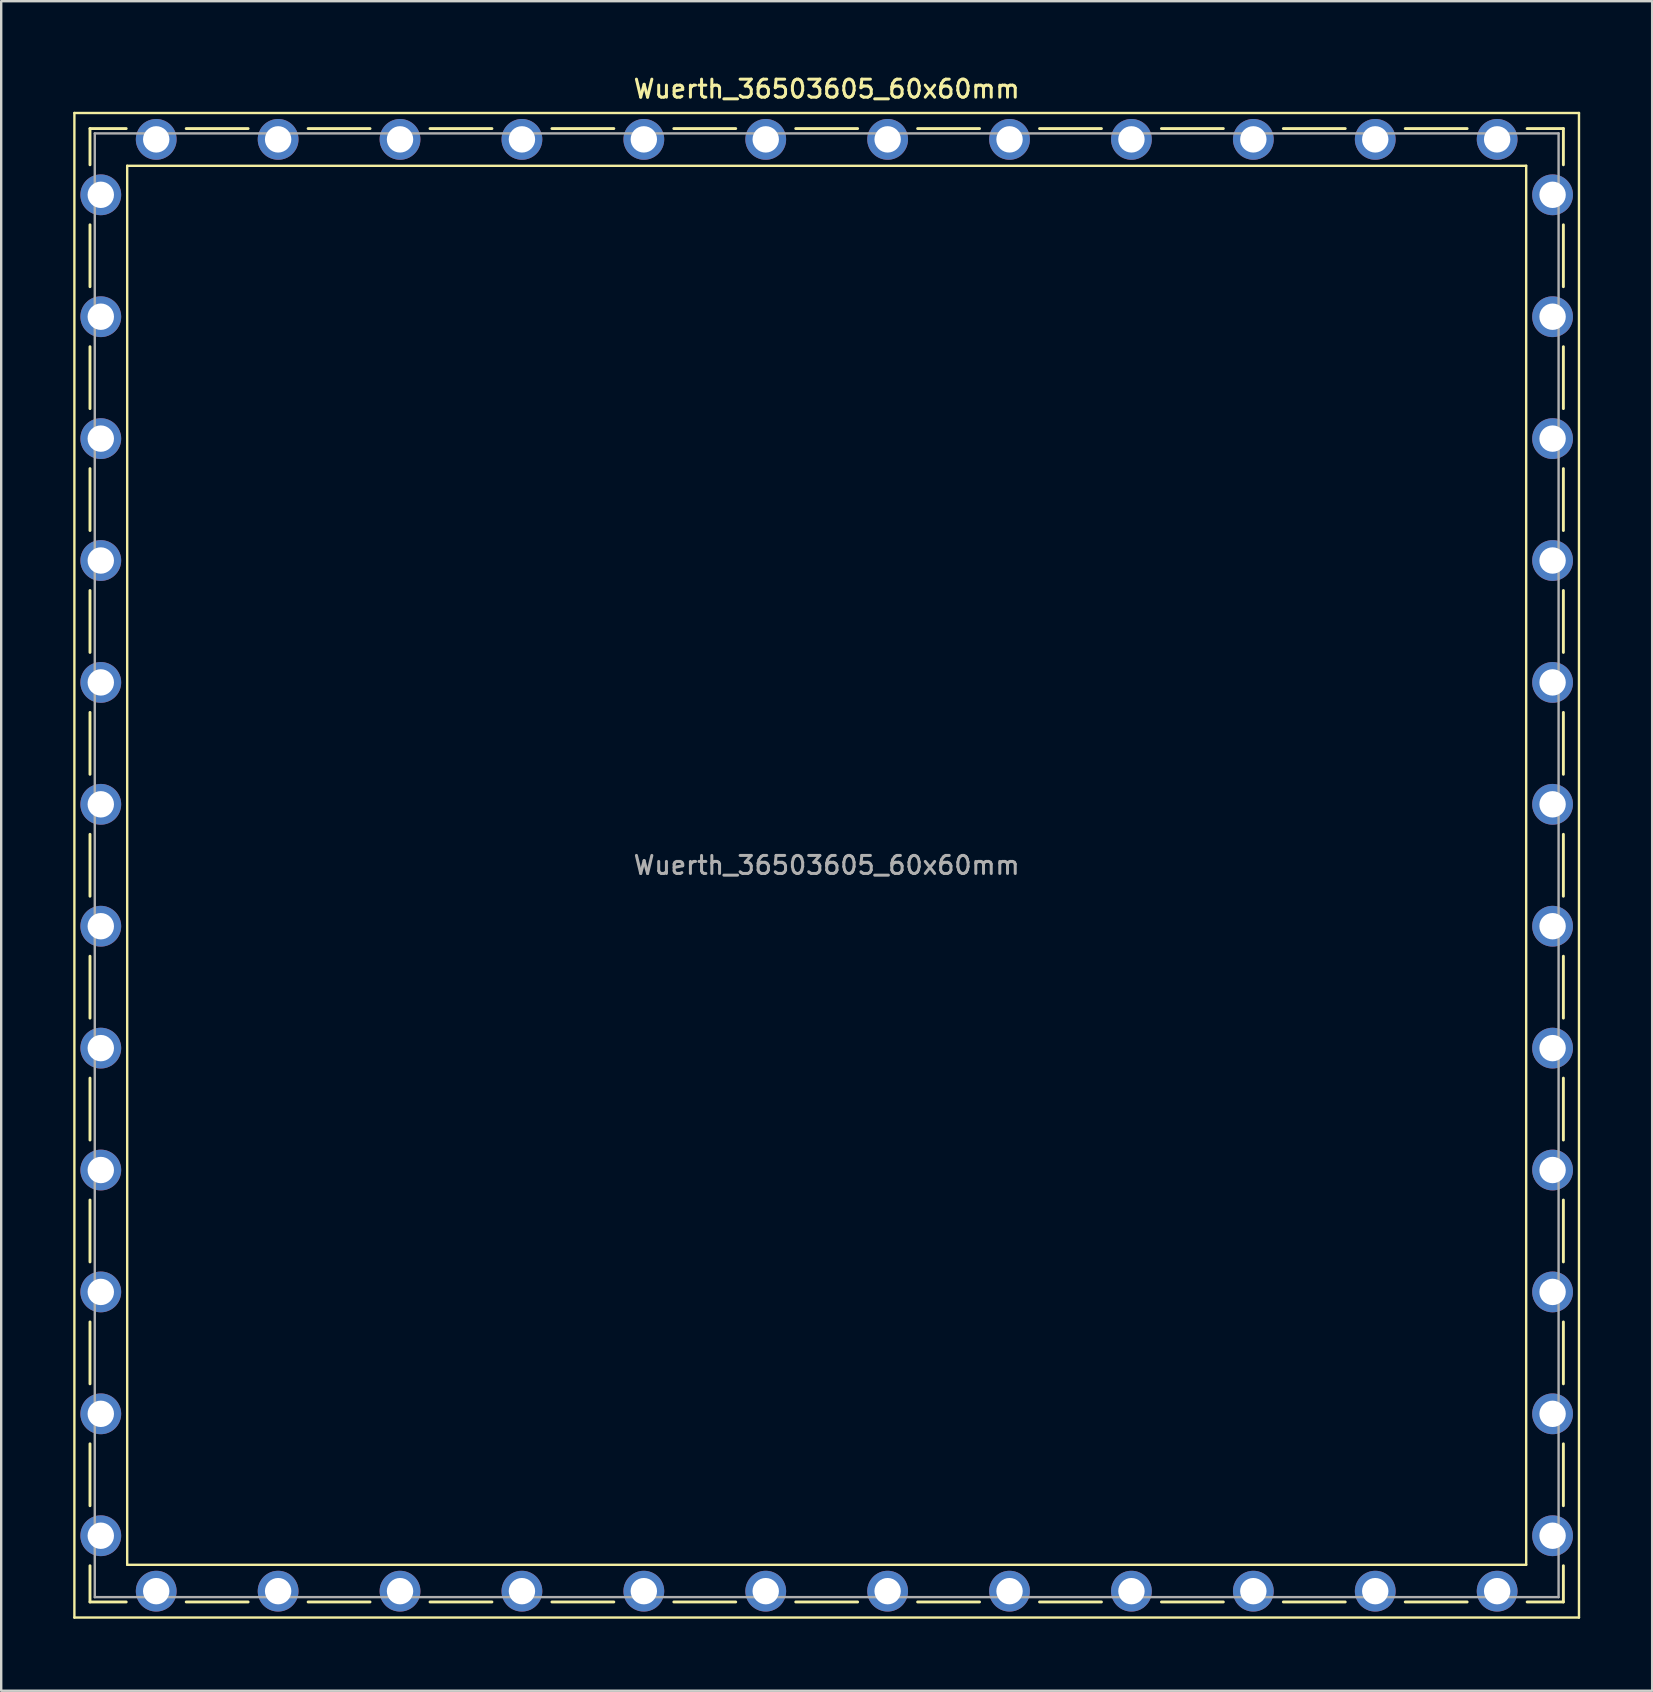
<source format=kicad_pcb>
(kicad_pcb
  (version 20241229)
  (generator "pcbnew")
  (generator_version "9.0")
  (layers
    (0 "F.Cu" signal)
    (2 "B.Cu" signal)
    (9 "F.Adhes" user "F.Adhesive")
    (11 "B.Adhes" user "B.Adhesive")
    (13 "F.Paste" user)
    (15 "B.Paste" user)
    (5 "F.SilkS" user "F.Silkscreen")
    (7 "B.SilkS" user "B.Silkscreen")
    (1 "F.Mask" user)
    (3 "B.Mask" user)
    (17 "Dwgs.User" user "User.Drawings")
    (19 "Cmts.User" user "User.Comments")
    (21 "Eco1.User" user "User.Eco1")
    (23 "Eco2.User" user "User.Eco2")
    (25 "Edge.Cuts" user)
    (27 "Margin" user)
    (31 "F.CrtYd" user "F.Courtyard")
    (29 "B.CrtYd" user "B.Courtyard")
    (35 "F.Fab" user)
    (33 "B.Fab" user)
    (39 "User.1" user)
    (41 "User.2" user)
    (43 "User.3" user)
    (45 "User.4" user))
  (footprint "Wuerth_36503605_60x60mm"
    (layer "F.Cu")
    (at 31.4 33.008)
    (property "Reference" "Wuerth_36503605_60x60mm" (at 0 -32.35 0) (layer "F.SilkS") (effects (font (size 0.75 0.75) (thickness 0.125))))
    (attr through_hole)
    (fp_line (start -31.35 -31.35) (end -31.35 31.35) (stroke (width 0.1) (type solid)) (layer "F.SilkS"))
    (fp_line (start -31.35 31.35) (end 31.35 31.35) (stroke (width 0.1) (type solid)) (layer "F.SilkS"))
    (fp_line (start -30.7 -30.7) (end -29.19 -30.7) (stroke (width 0.12) (type solid)) (layer "F.SilkS"))
    (fp_line (start -30.7 -29.19) (end -30.7 -30.7) (stroke (width 0.12) (type solid)) (layer "F.SilkS"))
    (fp_line (start -30.7 -24.11) (end -30.7 -26.69) (stroke (width 0.12) (type solid)) (layer "F.SilkS"))
    (fp_line (start -30.7 -19.03) (end -30.7 -21.61) (stroke (width 0.12) (type solid)) (layer "F.SilkS"))
    (fp_line (start -30.7 -13.95) (end -30.7 -16.53) (stroke (width 0.12) (type solid)) (layer "F.SilkS"))
    (fp_line (start -30.7 -8.87) (end -30.7 -11.45) (stroke (width 0.12) (type solid)) (layer "F.SilkS"))
    (fp_line (start -30.7 -3.79) (end -30.7 -6.37) (stroke (width 0.12) (type solid)) (layer "F.SilkS"))
    (fp_line (start -30.7 -1.29) (end -30.7 1.29) (stroke (width 0.12) (type solid)) (layer "F.SilkS"))
    (fp_line (start -30.7 3.79) (end -30.7 6.37) (stroke (width 0.12) (type solid)) (layer "F.SilkS"))
    (fp_line (start -30.7 8.87) (end -30.7 11.45) (stroke (width 0.12) (type solid)) (layer "F.SilkS"))
    (fp_line (start -30.7 13.95) (end -30.7 16.53) (stroke (width 0.12) (type solid)) (layer "F.SilkS"))
    (fp_line (start -30.7 19.03) (end -30.7 21.61) (stroke (width 0.12) (type solid)) (layer "F.SilkS"))
    (fp_line (start -30.7 24.11) (end -30.7 26.69) (stroke (width 0.12) (type solid)) (layer "F.SilkS"))
    (fp_line (start -30.7 29.19) (end -30.7 30.7) (stroke (width 0.12) (type solid)) (layer "F.SilkS"))
    (fp_line (start -30.7 30.7) (end -29.19 30.7) (stroke (width 0.12) (type solid)) (layer "F.SilkS"))
    (fp_line (start -29.15 -29.15) (end -29.15 29.15) (stroke (width 0.1) (type solid)) (layer "F.SilkS"))
    (fp_line (start -29.15 29.15) (end 29.15 29.15) (stroke (width 0.1) (type solid)) (layer "F.SilkS"))
    (fp_line (start -24.11 -30.7) (end -26.69 -30.7) (stroke (width 0.12) (type solid)) (layer "F.SilkS"))
    (fp_line (start -24.11 30.7) (end -26.69 30.7) (stroke (width 0.12) (type solid)) (layer "F.SilkS"))
    (fp_line (start -19.03 -30.7) (end -21.61 -30.7) (stroke (width 0.12) (type solid)) (layer "F.SilkS"))
    (fp_line (start -19.03 30.7) (end -21.61 30.7) (stroke (width 0.12) (type solid)) (layer "F.SilkS"))
    (fp_line (start -13.95 -30.7) (end -16.53 -30.7) (stroke (width 0.12) (type solid)) (layer "F.SilkS"))
    (fp_line (start -13.95 30.7) (end -16.53 30.7) (stroke (width 0.12) (type solid)) (layer "F.SilkS"))
    (fp_line (start -8.87 -30.7) (end -11.45 -30.7) (stroke (width 0.12) (type solid)) (layer "F.SilkS"))
    (fp_line (start -8.87 30.7) (end -11.45 30.7) (stroke (width 0.12) (type solid)) (layer "F.SilkS"))
    (fp_line (start -3.79 -30.7) (end -6.37 -30.7) (stroke (width 0.12) (type solid)) (layer "F.SilkS"))
    (fp_line (start -3.79 30.7) (end -6.37 30.7) (stroke (width 0.12) (type solid)) (layer "F.SilkS"))
    (fp_line (start 1.29 -30.7) (end -1.29 -30.7) (stroke (width 0.12) (type solid)) (layer "F.SilkS"))
    (fp_line (start 1.29 30.7) (end -1.29 30.7) (stroke (width 0.12) (type solid)) (layer "F.SilkS"))
    (fp_line (start 3.79 -30.7) (end 6.37 -30.7) (stroke (width 0.12) (type solid)) (layer "F.SilkS"))
    (fp_line (start 3.79 30.7) (end 6.37 30.7) (stroke (width 0.12) (type solid)) (layer "F.SilkS"))
    (fp_line (start 8.87 -30.7) (end 11.45 -30.7) (stroke (width 0.12) (type solid)) (layer "F.SilkS"))
    (fp_line (start 8.87 30.7) (end 11.45 30.7) (stroke (width 0.12) (type solid)) (layer "F.SilkS"))
    (fp_line (start 13.95 -30.7) (end 16.53 -30.7) (stroke (width 0.12) (type solid)) (layer "F.SilkS"))
    (fp_line (start 13.95 30.7) (end 16.53 30.7) (stroke (width 0.12) (type solid)) (layer "F.SilkS"))
    (fp_line (start 19.03 -30.7) (end 21.61 -30.7) (stroke (width 0.12) (type solid)) (layer "F.SilkS"))
    (fp_line (start 19.03 30.7) (end 21.61 30.7) (stroke (width 0.12) (type solid)) (layer "F.SilkS"))
    (fp_line (start 24.11 -30.7) (end 26.69 -30.7) (stroke (width 0.12) (type solid)) (layer "F.SilkS"))
    (fp_line (start 24.11 30.7) (end 26.69 30.7) (stroke (width 0.12) (type solid)) (layer "F.SilkS"))
    (fp_line (start 29.15 -29.15) (end -29.15 -29.15) (stroke (width 0.1) (type solid)) (layer "F.SilkS"))
    (fp_line (start 29.15 29.15) (end 29.15 -29.15) (stroke (width 0.1) (type solid)) (layer "F.SilkS"))
    (fp_line (start 30.7 -30.7) (end 29.19 -30.7) (stroke (width 0.12) (type solid)) (layer "F.SilkS"))
    (fp_line (start 30.7 -29.19) (end 30.7 -30.7) (stroke (width 0.12) (type solid)) (layer "F.SilkS"))
    (fp_line (start 30.7 -24.11) (end 30.7 -26.69) (stroke (width 0.12) (type solid)) (layer "F.SilkS"))
    (fp_line (start 30.7 -19.03) (end 30.7 -21.61) (stroke (width 0.12) (type solid)) (layer "F.SilkS"))
    (fp_line (start 30.7 -13.95) (end 30.7 -16.53) (stroke (width 0.12) (type solid)) (layer "F.SilkS"))
    (fp_line (start 30.7 -8.87) (end 30.7 -11.45) (stroke (width 0.12) (type solid)) (layer "F.SilkS"))
    (fp_line (start 30.7 -3.79) (end 30.7 -6.37) (stroke (width 0.12) (type solid)) (layer "F.SilkS"))
    (fp_line (start 30.7 1.29) (end 30.7 -1.29) (stroke (width 0.12) (type solid)) (layer "F.SilkS"))
    (fp_line (start 30.7 3.79) (end 30.7 6.37) (stroke (width 0.12) (type solid)) (layer "F.SilkS"))
    (fp_line (start 30.7 8.87) (end 30.7 11.45) (stroke (width 0.12) (type solid)) (layer "F.SilkS"))
    (fp_line (start 30.7 13.95) (end 30.7 16.53) (stroke (width 0.12) (type solid)) (layer "F.SilkS"))
    (fp_line (start 30.7 19.03) (end 30.7 21.61) (stroke (width 0.12) (type solid)) (layer "F.SilkS"))
    (fp_line (start 30.7 24.11) (end 30.7 26.69) (stroke (width 0.12) (type solid)) (layer "F.SilkS"))
    (fp_line (start 30.7 29.19) (end 30.7 30.7) (stroke (width 0.12) (type solid)) (layer "F.SilkS"))
    (fp_line (start 30.7 30.7) (end 29.19 30.7) (stroke (width 0.12) (type solid)) (layer "F.SilkS"))
    (fp_line (start 31.35 -31.35) (end -31.35 -31.35) (stroke (width 0.1) (type solid)) (layer "F.SilkS"))
    (fp_line (start 31.35 31.35) (end 31.35 -31.35) (stroke (width 0.1) (type solid)) (layer "F.SilkS"))
    (fp_line (start -30.5 -30.5) (end -30.5 30.5) (stroke (width 0.1) (type solid)) (layer "F.Fab"))
    (fp_line (start -30.5 30.5) (end 30.5 30.5) (stroke (width 0.1) (type solid)) (layer "F.Fab"))
    (fp_line (start 30.5 -30.5) (end -30.5 -30.5) (stroke (width 0.1) (type solid)) (layer "F.Fab"))
    (fp_line (start 30.5 30.5) (end 30.5 -30.5) (stroke (width 0.1) (type solid)) (layer "F.Fab"))
    (fp_text user "${REFERENCE}" (at 0 0 0) (layer "F.Fab") (effects (font (size 0.75 0.75) (thickness 0.125))))
    (pad "1" thru_hole circle (at -30.25 -27.94) (size 1.7 1.7) (drill 1.1) (layers "*.Cu" "*.Mask"))
    (pad "1" thru_hole circle (at -30.25 -22.86) (size 1.7 1.7) (drill 1.1) (layers "*.Cu" "*.Mask"))
    (pad "1" thru_hole circle (at -30.25 -17.78) (size 1.7 1.7) (drill 1.1) (layers "*.Cu" "*.Mask"))
    (pad "1" thru_hole circle (at -30.25 -12.7) (size 1.7 1.7) (drill 1.1) (layers "*.Cu" "*.Mask"))
    (pad "1" thru_hole circle (at -30.25 -7.62) (size 1.7 1.7) (drill 1.1) (layers "*.Cu" "*.Mask"))
    (pad "1" thru_hole circle (at -30.25 -2.54) (size 1.7 1.7) (drill 1.1) (layers "*.Cu" "*.Mask"))
    (pad "1" thru_hole circle (at -30.25 2.54) (size 1.7 1.7) (drill 1.1) (layers "*.Cu" "*.Mask"))
    (pad "1" thru_hole circle (at -30.25 7.62) (size 1.7 1.7) (drill 1.1) (layers "*.Cu" "*.Mask"))
    (pad "1" thru_hole circle (at -30.25 12.7) (size 1.7 1.7) (drill 1.1) (layers "*.Cu" "*.Mask"))
    (pad "1" thru_hole circle (at -30.25 17.78) (size 1.7 1.7) (drill 1.1) (layers "*.Cu" "*.Mask"))
    (pad "1" thru_hole circle (at -30.25 22.86) (size 1.7 1.7) (drill 1.1) (layers "*.Cu" "*.Mask"))
    (pad "1" thru_hole circle (at -30.25 27.94) (size 1.7 1.7) (drill 1.1) (layers "*.Cu" "*.Mask"))
    (pad "1" thru_hole circle (at -27.94 -30.25) (size 1.7 1.7) (drill 1.1) (layers "*.Cu" "*.Mask"))
    (pad "1" thru_hole circle (at -27.94 30.25) (size 1.7 1.7) (drill 1.1) (layers "*.Cu" "*.Mask"))
    (pad "1" thru_hole circle (at -22.86 -30.25) (size 1.7 1.7) (drill 1.1) (layers "*.Cu" "*.Mask"))
    (pad "1" thru_hole circle (at -22.86 30.25) (size 1.7 1.7) (drill 1.1) (layers "*.Cu" "*.Mask"))
    (pad "1" thru_hole circle (at -17.78 -30.25) (size 1.7 1.7) (drill 1.1) (layers "*.Cu" "*.Mask"))
    (pad "1" thru_hole circle (at -17.78 30.25) (size 1.7 1.7) (drill 1.1) (layers "*.Cu" "*.Mask"))
    (pad "1" thru_hole circle (at -12.7 -30.25) (size 1.7 1.7) (drill 1.1) (layers "*.Cu" "*.Mask"))
    (pad "1" thru_hole circle (at -12.7 30.25) (size 1.7 1.7) (drill 1.1) (layers "*.Cu" "*.Mask"))
    (pad "1" thru_hole circle (at -7.62 -30.25) (size 1.7 1.7) (drill 1.1) (layers "*.Cu" "*.Mask"))
    (pad "1" thru_hole circle (at -7.62 30.25) (size 1.7 1.7) (drill 1.1) (layers "*.Cu" "*.Mask"))
    (pad "1" thru_hole circle (at -2.54 -30.25) (size 1.7 1.7) (drill 1.1) (layers "*.Cu" "*.Mask"))
    (pad "1" thru_hole circle (at -2.54 30.25) (size 1.7 1.7) (drill 1.1) (layers "*.Cu" "*.Mask"))
    (pad "1" thru_hole circle (at 2.54 -30.25) (size 1.7 1.7) (drill 1.1) (layers "*.Cu" "*.Mask"))
    (pad "1" thru_hole circle (at 2.54 30.25) (size 1.7 1.7) (drill 1.1) (layers "*.Cu" "*.Mask"))
    (pad "1" thru_hole circle (at 7.62 -30.25) (size 1.7 1.7) (drill 1.1) (layers "*.Cu" "*.Mask"))
    (pad "1" thru_hole circle (at 7.62 30.25) (size 1.7 1.7) (drill 1.1) (layers "*.Cu" "*.Mask"))
    (pad "1" thru_hole circle (at 12.7 -30.25) (size 1.7 1.7) (drill 1.1) (layers "*.Cu" "*.Mask"))
    (pad "1" thru_hole circle (at 12.7 30.25) (size 1.7 1.7) (drill 1.1) (layers "*.Cu" "*.Mask"))
    (pad "1" thru_hole circle (at 17.78 -30.25) (size 1.7 1.7) (drill 1.1) (layers "*.Cu" "*.Mask"))
    (pad "1" thru_hole circle (at 17.78 30.25) (size 1.7 1.7) (drill 1.1) (layers "*.Cu" "*.Mask"))
    (pad "1" thru_hole circle (at 22.86 -30.25) (size 1.7 1.7) (drill 1.1) (layers "*.Cu" "*.Mask"))
    (pad "1" thru_hole circle (at 22.86 30.25) (size 1.7 1.7) (drill 1.1) (layers "*.Cu" "*.Mask"))
    (pad "1" thru_hole circle (at 27.94 -30.25) (size 1.7 1.7) (drill 1.1) (layers "*.Cu" "*.Mask"))
    (pad "1" thru_hole circle (at 27.94 30.25) (size 1.7 1.7) (drill 1.1) (layers "*.Cu" "*.Mask"))
    (pad "1" thru_hole circle (at 30.25 -27.94) (size 1.7 1.7) (drill 1.1) (layers "*.Cu" "*.Mask"))
    (pad "1" thru_hole circle (at 30.25 -22.86) (size 1.7 1.7) (drill 1.1) (layers "*.Cu" "*.Mask"))
    (pad "1" thru_hole circle (at 30.25 -17.78) (size 1.7 1.7) (drill 1.1) (layers "*.Cu" "*.Mask"))
    (pad "1" thru_hole circle (at 30.25 -12.7) (size 1.7 1.7) (drill 1.1) (layers "*.Cu" "*.Mask"))
    (pad "1" thru_hole circle (at 30.25 -7.62) (size 1.7 1.7) (drill 1.1) (layers "*.Cu" "*.Mask"))
    (pad "1" thru_hole circle (at 30.25 -2.54) (size 1.7 1.7) (drill 1.1) (layers "*.Cu" "*.Mask"))
    (pad "1" thru_hole circle (at 30.25 2.54) (size 1.7 1.7) (drill 1.1) (layers "*.Cu" "*.Mask"))
    (pad "1" thru_hole circle (at 30.25 7.62) (size 1.7 1.7) (drill 1.1) (layers "*.Cu" "*.Mask"))
    (pad "1" thru_hole circle (at 30.25 12.7) (size 1.7 1.7) (drill 1.1) (layers "*.Cu" "*.Mask"))
    (pad "1" thru_hole circle (at 30.25 17.78) (size 1.7 1.7) (drill 1.1) (layers "*.Cu" "*.Mask"))
    (pad "1" thru_hole circle (at 30.25 22.86) (size 1.7 1.7) (drill 1.1) (layers "*.Cu" "*.Mask"))
    (pad "1" thru_hole circle (at 30.25 27.94) (size 1.7 1.7) (drill 1.1) (layers "*.Cu" "*.Mask")))
  (gr_rect
    (start -3 -3)
    (end 65.8 67.408)
    (stroke (width 0.1) (type default))
    (fill no)
    (layer "Edge.Cuts")))
</source>
